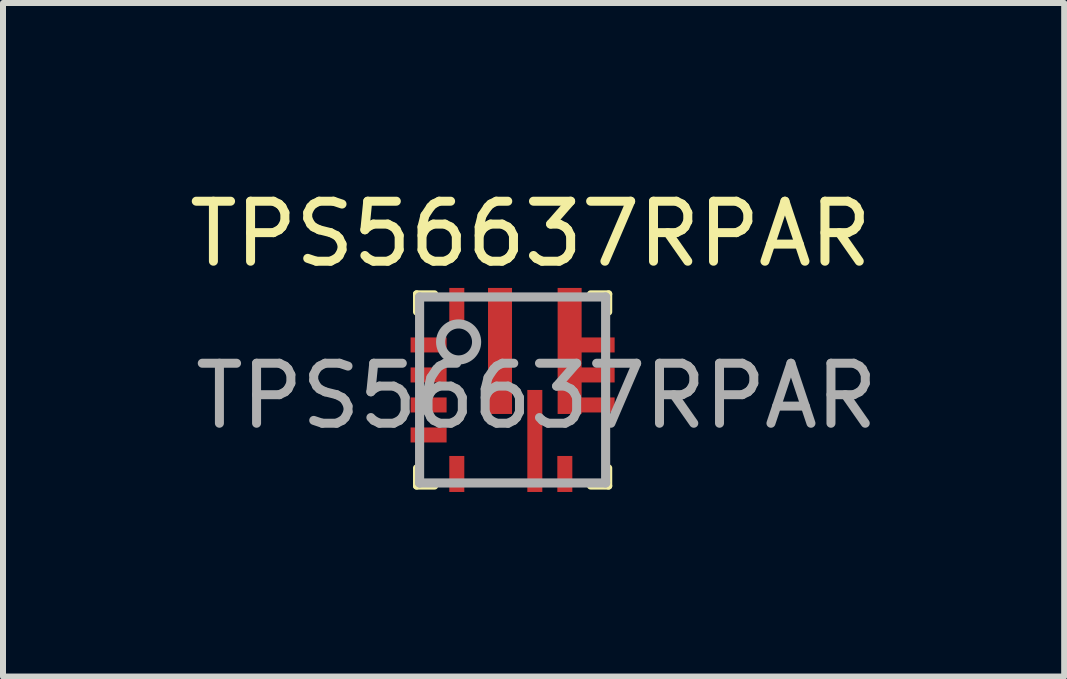
<source format=kicad_pcb>
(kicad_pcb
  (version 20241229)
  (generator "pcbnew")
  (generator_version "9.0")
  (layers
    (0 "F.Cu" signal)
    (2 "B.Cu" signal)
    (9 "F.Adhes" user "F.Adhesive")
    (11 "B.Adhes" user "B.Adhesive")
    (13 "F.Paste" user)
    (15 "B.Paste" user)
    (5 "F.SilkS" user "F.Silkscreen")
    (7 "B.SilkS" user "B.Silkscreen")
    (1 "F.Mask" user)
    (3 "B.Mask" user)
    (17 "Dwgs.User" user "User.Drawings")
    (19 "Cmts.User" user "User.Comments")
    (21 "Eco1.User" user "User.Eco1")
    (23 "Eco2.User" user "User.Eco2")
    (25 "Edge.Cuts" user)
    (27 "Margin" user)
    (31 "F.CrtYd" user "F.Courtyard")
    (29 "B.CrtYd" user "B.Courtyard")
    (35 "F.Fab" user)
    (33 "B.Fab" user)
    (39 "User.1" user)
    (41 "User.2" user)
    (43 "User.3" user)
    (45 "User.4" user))
  (footprint "TPS56637RPAR"
    (layer "F.Cu")
    (at 5.492 3.448)
    (property "Reference" "TPS56637RPAR" (at 0.3 -2.6 0) (layer "F.SilkS") (effects (font (size 1 1) (thickness 0.15))))
    (attr through_hole)
    (fp_line (start -1.6 -1.3) (end -1.6 -1.6) (stroke (width 0.12) (type solid)) (layer "F.SilkS"))
    (fp_line (start -1.6 1.3) (end -1.6 1.6) (stroke (width 0.12) (type solid)) (layer "F.SilkS"))
    (fp_line (start -1.3 -1.6) (end -1.6 -1.6) (stroke (width 0.12) (type solid)) (layer "F.SilkS"))
    (fp_line (start -1.3 1.6) (end -1.6 1.6) (stroke (width 0.12) (type solid)) (layer "F.SilkS"))
    (fp_line (start 1.3 -1.6) (end 1.6 -1.6) (stroke (width 0.12) (type solid)) (layer "F.SilkS"))
    (fp_line (start 1.3 1.6) (end 1.6 1.6) (stroke (width 0.12) (type solid)) (layer "F.SilkS"))
    (fp_line (start 1.6 -1.3) (end 1.6 -1.6) (stroke (width 0.12) (type solid)) (layer "F.SilkS"))
    (fp_line (start 1.6 1.3) (end 1.6 1.6) (stroke (width 0.12) (type solid)) (layer "F.SilkS"))
    (fp_line (start -0.41 -1.65) (end -0.409 -1.66) (stroke (width 0.152) (type solid)) (layer "F.Paste"))
    (fp_line (start -0.41 -0.8) (end -0.41 -1.65) (stroke (width 0.152) (type solid)) (layer "F.Paste"))
    (fp_line (start -0.41 -0.5) (end -0.409 -0.51) (stroke (width 0.152) (type solid)) (layer "F.Paste"))
    (fp_line (start -0.41 0.35) (end -0.41 -0.5) (stroke (width 0.152) (type solid)) (layer "F.Paste"))
    (fp_line (start -0.409 -1.66) (end -0.406 -1.669) (stroke (width 0.152) (type solid)) (layer "F.Paste"))
    (fp_line (start -0.409 -0.79) (end -0.41 -0.8) (stroke (width 0.152) (type solid)) (layer "F.Paste"))
    (fp_line (start -0.409 -0.51) (end -0.406 -0.519) (stroke (width 0.152) (type solid)) (layer "F.Paste"))
    (fp_line (start -0.409 0.36) (end -0.41 0.35) (stroke (width 0.152) (type solid)) (layer "F.Paste"))
    (fp_line (start -0.406 -1.669) (end -0.402 -1.678) (stroke (width 0.152) (type solid)) (layer "F.Paste"))
    (fp_line (start -0.406 -0.781) (end -0.409 -0.79) (stroke (width 0.152) (type solid)) (layer "F.Paste"))
    (fp_line (start -0.406 -0.519) (end -0.402 -0.528) (stroke (width 0.152) (type solid)) (layer "F.Paste"))
    (fp_line (start -0.406 0.369) (end -0.409 0.36) (stroke (width 0.152) (type solid)) (layer "F.Paste"))
    (fp_line (start -0.402 -1.678) (end -0.395 -1.685) (stroke (width 0.152) (type solid)) (layer "F.Paste"))
    (fp_line (start -0.402 -0.772) (end -0.406 -0.781) (stroke (width 0.152) (type solid)) (layer "F.Paste"))
    (fp_line (start -0.402 -0.528) (end -0.395 -0.535) (stroke (width 0.152) (type solid)) (layer "F.Paste"))
    (fp_line (start -0.402 0.378) (end -0.406 0.369) (stroke (width 0.152) (type solid)) (layer "F.Paste"))
    (fp_line (start -0.395 -1.685) (end -0.388 -1.692) (stroke (width 0.152) (type solid)) (layer "F.Paste"))
    (fp_line (start -0.395 -0.765) (end -0.402 -0.772) (stroke (width 0.152) (type solid)) (layer "F.Paste"))
    (fp_line (start -0.395 -0.535) (end -0.388 -0.542) (stroke (width 0.152) (type solid)) (layer "F.Paste"))
    (fp_line (start -0.395 0.385) (end -0.402 0.378) (stroke (width 0.152) (type solid)) (layer "F.Paste"))
    (fp_line (start -0.388 -1.692) (end -0.379 -1.696) (stroke (width 0.152) (type solid)) (layer "F.Paste"))
    (fp_line (start -0.388 -0.758) (end -0.395 -0.765) (stroke (width 0.152) (type solid)) (layer "F.Paste"))
    (fp_line (start -0.388 -0.542) (end -0.379 -0.546) (stroke (width 0.152) (type solid)) (layer "F.Paste"))
    (fp_line (start -0.388 0.392) (end -0.395 0.385) (stroke (width 0.152) (type solid)) (layer "F.Paste"))
    (fp_line (start -0.379 -1.696) (end -0.37 -1.699) (stroke (width 0.152) (type solid)) (layer "F.Paste"))
    (fp_line (start -0.379 -0.754) (end -0.388 -0.758) (stroke (width 0.152) (type solid)) (layer "F.Paste"))
    (fp_line (start -0.379 -0.546) (end -0.37 -0.549) (stroke (width 0.152) (type solid)) (layer "F.Paste"))
    (fp_line (start -0.379 0.396) (end -0.388 0.392) (stroke (width 0.152) (type solid)) (layer "F.Paste"))
    (fp_line (start -0.37 -1.699) (end -0.36 -1.7) (stroke (width 0.152) (type solid)) (layer "F.Paste"))
    (fp_line (start -0.37 -0.751) (end -0.379 -0.754) (stroke (width 0.152) (type solid)) (layer "F.Paste"))
    (fp_line (start -0.37 -0.549) (end -0.36 -0.55) (stroke (width 0.152) (type solid)) (layer "F.Paste"))
    (fp_line (start -0.37 0.399) (end -0.379 0.396) (stroke (width 0.152) (type solid)) (layer "F.Paste"))
    (fp_line (start -0.36 -1.7) (end -0.06 -1.7) (stroke (width 0.152) (type solid)) (layer "F.Paste"))
    (fp_line (start -0.36 -0.75) (end -0.37 -0.751) (stroke (width 0.152) (type solid)) (layer "F.Paste"))
    (fp_line (start -0.36 -0.55) (end -0.06 -0.55) (stroke (width 0.152) (type solid)) (layer "F.Paste"))
    (fp_line (start -0.36 0.4) (end -0.37 0.399) (stroke (width 0.152) (type solid)) (layer "F.Paste"))
    (fp_line (start -0.06 -1.7) (end -0.05 -1.699) (stroke (width 0.152) (type solid)) (layer "F.Paste"))
    (fp_line (start -0.06 -0.75) (end -0.36 -0.75) (stroke (width 0.152) (type solid)) (layer "F.Paste"))
    (fp_line (start -0.06 -0.55) (end -0.05 -0.549) (stroke (width 0.152) (type solid)) (layer "F.Paste"))
    (fp_line (start -0.06 0.4) (end -0.36 0.4) (stroke (width 0.152) (type solid)) (layer "F.Paste"))
    (fp_line (start -0.05 -1.699) (end -0.041 -1.696) (stroke (width 0.152) (type solid)) (layer "F.Paste"))
    (fp_line (start -0.05 -0.751) (end -0.06 -0.75) (stroke (width 0.152) (type solid)) (layer "F.Paste"))
    (fp_line (start -0.05 -0.549) (end -0.041 -0.546) (stroke (width 0.152) (type solid)) (layer "F.Paste"))
    (fp_line (start -0.05 0.399) (end -0.06 0.4) (stroke (width 0.152) (type solid)) (layer "F.Paste"))
    (fp_line (start -0.041 -1.696) (end -0.032 -1.692) (stroke (width 0.152) (type solid)) (layer "F.Paste"))
    (fp_line (start -0.041 -0.754) (end -0.05 -0.751) (stroke (width 0.152) (type solid)) (layer "F.Paste"))
    (fp_line (start -0.041 -0.546) (end -0.032 -0.542) (stroke (width 0.152) (type solid)) (layer "F.Paste"))
    (fp_line (start -0.041 0.396) (end -0.05 0.399) (stroke (width 0.152) (type solid)) (layer "F.Paste"))
    (fp_line (start -0.032 -1.692) (end -0.025 -1.685) (stroke (width 0.152) (type solid)) (layer "F.Paste"))
    (fp_line (start -0.032 -0.758) (end -0.041 -0.754) (stroke (width 0.152) (type solid)) (layer "F.Paste"))
    (fp_line (start -0.032 -0.542) (end -0.025 -0.535) (stroke (width 0.152) (type solid)) (layer "F.Paste"))
    (fp_line (start -0.032 0.392) (end -0.041 0.396) (stroke (width 0.152) (type solid)) (layer "F.Paste"))
    (fp_line (start -0.025 -1.685) (end -0.018 -1.678) (stroke (width 0.152) (type solid)) (layer "F.Paste"))
    (fp_line (start -0.025 -0.765) (end -0.032 -0.758) (stroke (width 0.152) (type solid)) (layer "F.Paste"))
    (fp_line (start -0.025 -0.535) (end -0.018 -0.528) (stroke (width 0.152) (type solid)) (layer "F.Paste"))
    (fp_line (start -0.025 0.385) (end -0.032 0.392) (stroke (width 0.152) (type solid)) (layer "F.Paste"))
    (fp_line (start -0.018 -1.678) (end -0.014 -1.669) (stroke (width 0.152) (type solid)) (layer "F.Paste"))
    (fp_line (start -0.018 -0.772) (end -0.025 -0.765) (stroke (width 0.152) (type solid)) (layer "F.Paste"))
    (fp_line (start -0.018 -0.528) (end -0.014 -0.519) (stroke (width 0.152) (type solid)) (layer "F.Paste"))
    (fp_line (start -0.018 0.378) (end -0.025 0.385) (stroke (width 0.152) (type solid)) (layer "F.Paste"))
    (fp_line (start -0.014 -1.669) (end -0.011 -1.66) (stroke (width 0.152) (type solid)) (layer "F.Paste"))
    (fp_line (start -0.014 -0.781) (end -0.018 -0.772) (stroke (width 0.152) (type solid)) (layer "F.Paste"))
    (fp_line (start -0.014 -0.519) (end -0.011 -0.51) (stroke (width 0.152) (type solid)) (layer "F.Paste"))
    (fp_line (start -0.014 0.369) (end -0.018 0.378) (stroke (width 0.152) (type solid)) (layer "F.Paste"))
    (fp_line (start -0.011 -1.66) (end -0.01 -1.65) (stroke (width 0.152) (type solid)) (layer "F.Paste"))
    (fp_line (start -0.011 -0.79) (end -0.014 -0.781) (stroke (width 0.152) (type solid)) (layer "F.Paste"))
    (fp_line (start -0.011 -0.51) (end -0.01 -0.5) (stroke (width 0.152) (type solid)) (layer "F.Paste"))
    (fp_line (start -0.011 0.36) (end -0.014 0.369) (stroke (width 0.152) (type solid)) (layer "F.Paste"))
    (fp_line (start -0.01 -1.65) (end -0.01 -0.8) (stroke (width 0.152) (type solid)) (layer "F.Paste"))
    (fp_line (start -0.01 -0.8) (end -0.011 -0.79) (stroke (width 0.152) (type solid)) (layer "F.Paste"))
    (fp_line (start -0.01 -0.5) (end -0.01 0.35) (stroke (width 0.152) (type solid)) (layer "F.Paste"))
    (fp_line (start -0.01 0.35) (end -0.011 0.36) (stroke (width 0.152) (type solid)) (layer "F.Paste"))
    (fp_line (start 0.245 0.05) (end 0.246 0.04) (stroke (width 0.152) (type solid)) (layer "F.Paste"))
    (fp_line (start 0.245 0.7) (end 0.245 0.05) (stroke (width 0.152) (type solid)) (layer "F.Paste"))
    (fp_line (start 0.245 1) (end 0.246 0.99) (stroke (width 0.152) (type solid)) (layer "F.Paste"))
    (fp_line (start 0.245 1.65) (end 0.245 1) (stroke (width 0.152) (type solid)) (layer "F.Paste"))
    (fp_line (start 0.246 0.04) (end 0.249 0.031) (stroke (width 0.152) (type solid)) (layer "F.Paste"))
    (fp_line (start 0.246 0.71) (end 0.245 0.7) (stroke (width 0.152) (type solid)) (layer "F.Paste"))
    (fp_line (start 0.246 0.99) (end 0.249 0.981) (stroke (width 0.152) (type solid)) (layer "F.Paste"))
    (fp_line (start 0.246 1.66) (end 0.245 1.65) (stroke (width 0.152) (type solid)) (layer "F.Paste"))
    (fp_line (start 0.249 0.031) (end 0.253 0.022) (stroke (width 0.152) (type solid)) (layer "F.Paste"))
    (fp_line (start 0.249 0.719) (end 0.246 0.71) (stroke (width 0.152) (type solid)) (layer "F.Paste"))
    (fp_line (start 0.249 0.981) (end 0.253 0.972) (stroke (width 0.152) (type solid)) (layer "F.Paste"))
    (fp_line (start 0.249 1.669) (end 0.246 1.66) (stroke (width 0.152) (type solid)) (layer "F.Paste"))
    (fp_line (start 0.253 0.022) (end 0.26 0.015) (stroke (width 0.152) (type solid)) (layer "F.Paste"))
    (fp_line (start 0.253 0.728) (end 0.249 0.719) (stroke (width 0.152) (type solid)) (layer "F.Paste"))
    (fp_line (start 0.253 0.972) (end 0.26 0.965) (stroke (width 0.152) (type solid)) (layer "F.Paste"))
    (fp_line (start 0.253 1.678) (end 0.249 1.669) (stroke (width 0.152) (type solid)) (layer "F.Paste"))
    (fp_line (start 0.26 0.015) (end 0.267 0.008) (stroke (width 0.152) (type solid)) (layer "F.Paste"))
    (fp_line (start 0.26 0.735) (end 0.253 0.728) (stroke (width 0.152) (type solid)) (layer "F.Paste"))
    (fp_line (start 0.26 0.965) (end 0.267 0.958) (stroke (width 0.152) (type solid)) (layer "F.Paste"))
    (fp_line (start 0.26 1.685) (end 0.253 1.678) (stroke (width 0.152) (type solid)) (layer "F.Paste"))
    (fp_line (start 0.267 0.008) (end 0.276 0.004) (stroke (width 0.152) (type solid)) (layer "F.Paste"))
    (fp_line (start 0.267 0.742) (end 0.26 0.735) (stroke (width 0.152) (type solid)) (layer "F.Paste"))
    (fp_line (start 0.267 0.958) (end 0.276 0.954) (stroke (width 0.152) (type solid)) (layer "F.Paste"))
    (fp_line (start 0.267 1.692) (end 0.26 1.685) (stroke (width 0.152) (type solid)) (layer "F.Paste"))
    (fp_line (start 0.276 0.004) (end 0.285 0.001) (stroke (width 0.152) (type solid)) (layer "F.Paste"))
    (fp_line (start 0.276 0.746) (end 0.267 0.742) (stroke (width 0.152) (type solid)) (layer "F.Paste"))
    (fp_line (start 0.276 0.954) (end 0.285 0.951) (stroke (width 0.152) (type solid)) (layer "F.Paste"))
    (fp_line (start 0.276 1.696) (end 0.267 1.692) (stroke (width 0.152) (type solid)) (layer "F.Paste"))
    (fp_line (start 0.285 0.001) (end 0.295 0) (stroke (width 0.152) (type solid)) (layer "F.Paste"))
    (fp_line (start 0.285 0.749) (end 0.276 0.746) (stroke (width 0.152) (type solid)) (layer "F.Paste"))
    (fp_line (start 0.285 0.951) (end 0.295 0.95) (stroke (width 0.152) (type solid)) (layer "F.Paste"))
    (fp_line (start 0.285 1.699) (end 0.276 1.696) (stroke (width 0.152) (type solid)) (layer "F.Paste"))
    (fp_line (start 0.295 0) (end 0.445 0) (stroke (width 0.152) (type solid)) (layer "F.Paste"))
    (fp_line (start 0.295 0.75) (end 0.285 0.749) (stroke (width 0.152) (type solid)) (layer "F.Paste"))
    (fp_line (start 0.295 0.95) (end 0.445 0.95) (stroke (width 0.152) (type solid)) (layer "F.Paste"))
    (fp_line (start 0.295 1.7) (end 0.285 1.699) (stroke (width 0.152) (type solid)) (layer "F.Paste"))
    (fp_line (start 0.445 0) (end 0.455 0.001) (stroke (width 0.152) (type solid)) (layer "F.Paste"))
    (fp_line (start 0.445 0.75) (end 0.295 0.75) (stroke (width 0.152) (type solid)) (layer "F.Paste"))
    (fp_line (start 0.445 0.95) (end 0.455 0.951) (stroke (width 0.152) (type solid)) (layer "F.Paste"))
    (fp_line (start 0.445 1.7) (end 0.295 1.7) (stroke (width 0.152) (type solid)) (layer "F.Paste"))
    (fp_line (start 0.455 0.001) (end 0.464 0.004) (stroke (width 0.152) (type solid)) (layer "F.Paste"))
    (fp_line (start 0.455 0.749) (end 0.445 0.75) (stroke (width 0.152) (type solid)) (layer "F.Paste"))
    (fp_line (start 0.455 0.951) (end 0.464 0.954) (stroke (width 0.152) (type solid)) (layer "F.Paste"))
    (fp_line (start 0.455 1.699) (end 0.445 1.7) (stroke (width 0.152) (type solid)) (layer "F.Paste"))
    (fp_line (start 0.464 0.004) (end 0.473 0.008) (stroke (width 0.152) (type solid)) (layer "F.Paste"))
    (fp_line (start 0.464 0.746) (end 0.455 0.749) (stroke (width 0.152) (type solid)) (layer "F.Paste"))
    (fp_line (start 0.464 0.954) (end 0.473 0.958) (stroke (width 0.152) (type solid)) (layer "F.Paste"))
    (fp_line (start 0.464 1.696) (end 0.455 1.699) (stroke (width 0.152) (type solid)) (layer "F.Paste"))
    (fp_line (start 0.473 0.008) (end 0.48 0.015) (stroke (width 0.152) (type solid)) (layer "F.Paste"))
    (fp_line (start 0.473 0.742) (end 0.464 0.746) (stroke (width 0.152) (type solid)) (layer "F.Paste"))
    (fp_line (start 0.473 0.958) (end 0.48 0.965) (stroke (width 0.152) (type solid)) (layer "F.Paste"))
    (fp_line (start 0.473 1.692) (end 0.464 1.696) (stroke (width 0.152) (type solid)) (layer "F.Paste"))
    (fp_line (start 0.48 0.015) (end 0.487 0.022) (stroke (width 0.152) (type solid)) (layer "F.Paste"))
    (fp_line (start 0.48 0.735) (end 0.473 0.742) (stroke (width 0.152) (type solid)) (layer "F.Paste"))
    (fp_line (start 0.48 0.965) (end 0.487 0.972) (stroke (width 0.152) (type solid)) (layer "F.Paste"))
    (fp_line (start 0.48 1.685) (end 0.473 1.692) (stroke (width 0.152) (type solid)) (layer "F.Paste"))
    (fp_line (start 0.487 0.022) (end 0.491 0.031) (stroke (width 0.152) (type solid)) (layer "F.Paste"))
    (fp_line (start 0.487 0.728) (end 0.48 0.735) (stroke (width 0.152) (type solid)) (layer "F.Paste"))
    (fp_line (start 0.487 0.972) (end 0.491 0.981) (stroke (width 0.152) (type solid)) (layer "F.Paste"))
    (fp_line (start 0.487 1.678) (end 0.48 1.685) (stroke (width 0.152) (type solid)) (layer "F.Paste"))
    (fp_line (start 0.491 0.031) (end 0.494 0.04) (stroke (width 0.152) (type solid)) (layer "F.Paste"))
    (fp_line (start 0.491 0.719) (end 0.487 0.728) (stroke (width 0.152) (type solid)) (layer "F.Paste"))
    (fp_line (start 0.491 0.981) (end 0.494 0.99) (stroke (width 0.152) (type solid)) (layer "F.Paste"))
    (fp_line (start 0.491 1.669) (end 0.487 1.678) (stroke (width 0.152) (type solid)) (layer "F.Paste"))
    (fp_line (start 0.494 0.04) (end 0.495 0.05) (stroke (width 0.152) (type solid)) (layer "F.Paste"))
    (fp_line (start 0.494 0.71) (end 0.491 0.719) (stroke (width 0.152) (type solid)) (layer "F.Paste"))
    (fp_line (start 0.494 0.99) (end 0.495 1) (stroke (width 0.152) (type solid)) (layer "F.Paste"))
    (fp_line (start 0.494 1.66) (end 0.491 1.669) (stroke (width 0.152) (type solid)) (layer "F.Paste"))
    (fp_line (start 0.495 0.05) (end 0.495 0.7) (stroke (width 0.152) (type solid)) (layer "F.Paste"))
    (fp_line (start 0.495 0.7) (end 0.494 0.71) (stroke (width 0.152) (type solid)) (layer "F.Paste"))
    (fp_line (start 0.495 1) (end 0.495 1.65) (stroke (width 0.152) (type solid)) (layer "F.Paste"))
    (fp_line (start 0.495 1.65) (end 0.494 1.66) (stroke (width 0.152) (type solid)) (layer "F.Paste"))
    (fp_line (start -1.55 -1.55) (end 1.55 -1.55) (stroke (width 0.152) (type solid)) (layer "F.Fab"))
    (fp_line (start -1.55 1.55) (end -1.55 -1.55) (stroke (width 0.152) (type solid)) (layer "F.Fab"))
    (fp_line (start -1.55 1.55) (end 1.55 1.55) (stroke (width 0.152) (type solid)) (layer "F.Fab"))
    (fp_line (start 1.55 1.55) (end 1.55 -1.55) (stroke (width 0.152) (type solid)) (layer "F.Fab"))
    (fp_circle (center -0.9 -0.8) (end -0.6 -0.8) (stroke (width 0.152) (type solid)) (fill no) (layer "F.Fab"))
    (fp_text user "${REFERENCE}" (at 0.4 0.1 0) (layer "F.Fab") (effects (font (size 1 1) (thickness 0.15))))
    (pad "1" smd rect (at -1.4 -0.75) (size 0.6 0.25) (layers "F.Cu" "F.Mask" "F.Paste"))
    (pad "2" smd rect (at -1.4 -0.25) (size 0.6 0.25) (layers "F.Cu" "F.Mask" "F.Paste"))
    (pad "3" smd rect (at -1.4 0.25) (size 0.6 0.25) (layers "F.Cu" "F.Mask" "F.Paste"))
    (pad "4" smd rect (at -1.4 0.75) (size 0.6 0.25) (layers "F.Cu" "F.Mask" "F.Paste"))
    (pad "5" smd rect (at -0.93 1.4 90) (size 0.6 0.25) (layers "F.Cu" "F.Mask" "F.Paste"))
    (pad "6" smd rect (at 0.37 0.85 90) (size 1.7 0.25) (layers "F.Cu" "F.Mask" "F.Paste"))
    (pad "7" smd rect (at 0.87 1.4 90) (size 0.6 0.25) (layers "F.Cu" "F.Mask" "F.Paste"))
    (pad "8" smd rect (at 0.95 -0.65 90) (size 2.1 0.4) (layers "F.Cu" "F.Mask" "F.Paste"))
    (pad "8" smd rect (at 1.4 -0.75) (size 0.6 0.25) (layers "F.Cu" "F.Mask" "F.Paste"))
    (pad "8" smd rect (at 1.4 -0.25) (size 0.6 0.25) (layers "F.Cu" "F.Mask" "F.Paste"))
    (pad "8" smd rect (at 1.4 0.25 90) (size 0.25 0.6) (layers "F.Cu" "F.Mask" "F.Paste"))
    (pad "9" smd rect (at -0.21 -0.65 90) (size 2.1 0.4) (layers "F.Cu" "F.Mask" "F.Paste"))
    (pad "10" smd rect (at -0.93 -1.4 90) (size 0.6 0.25) (layers "F.Cu" "F.Mask" "F.Paste")))
  (gr_rect
    (start -3 -3)
    (end 14.683 8.224)
    (stroke (width 0.1) (type default))
    (fill no)
    (layer "Edge.Cuts")))
</source>
